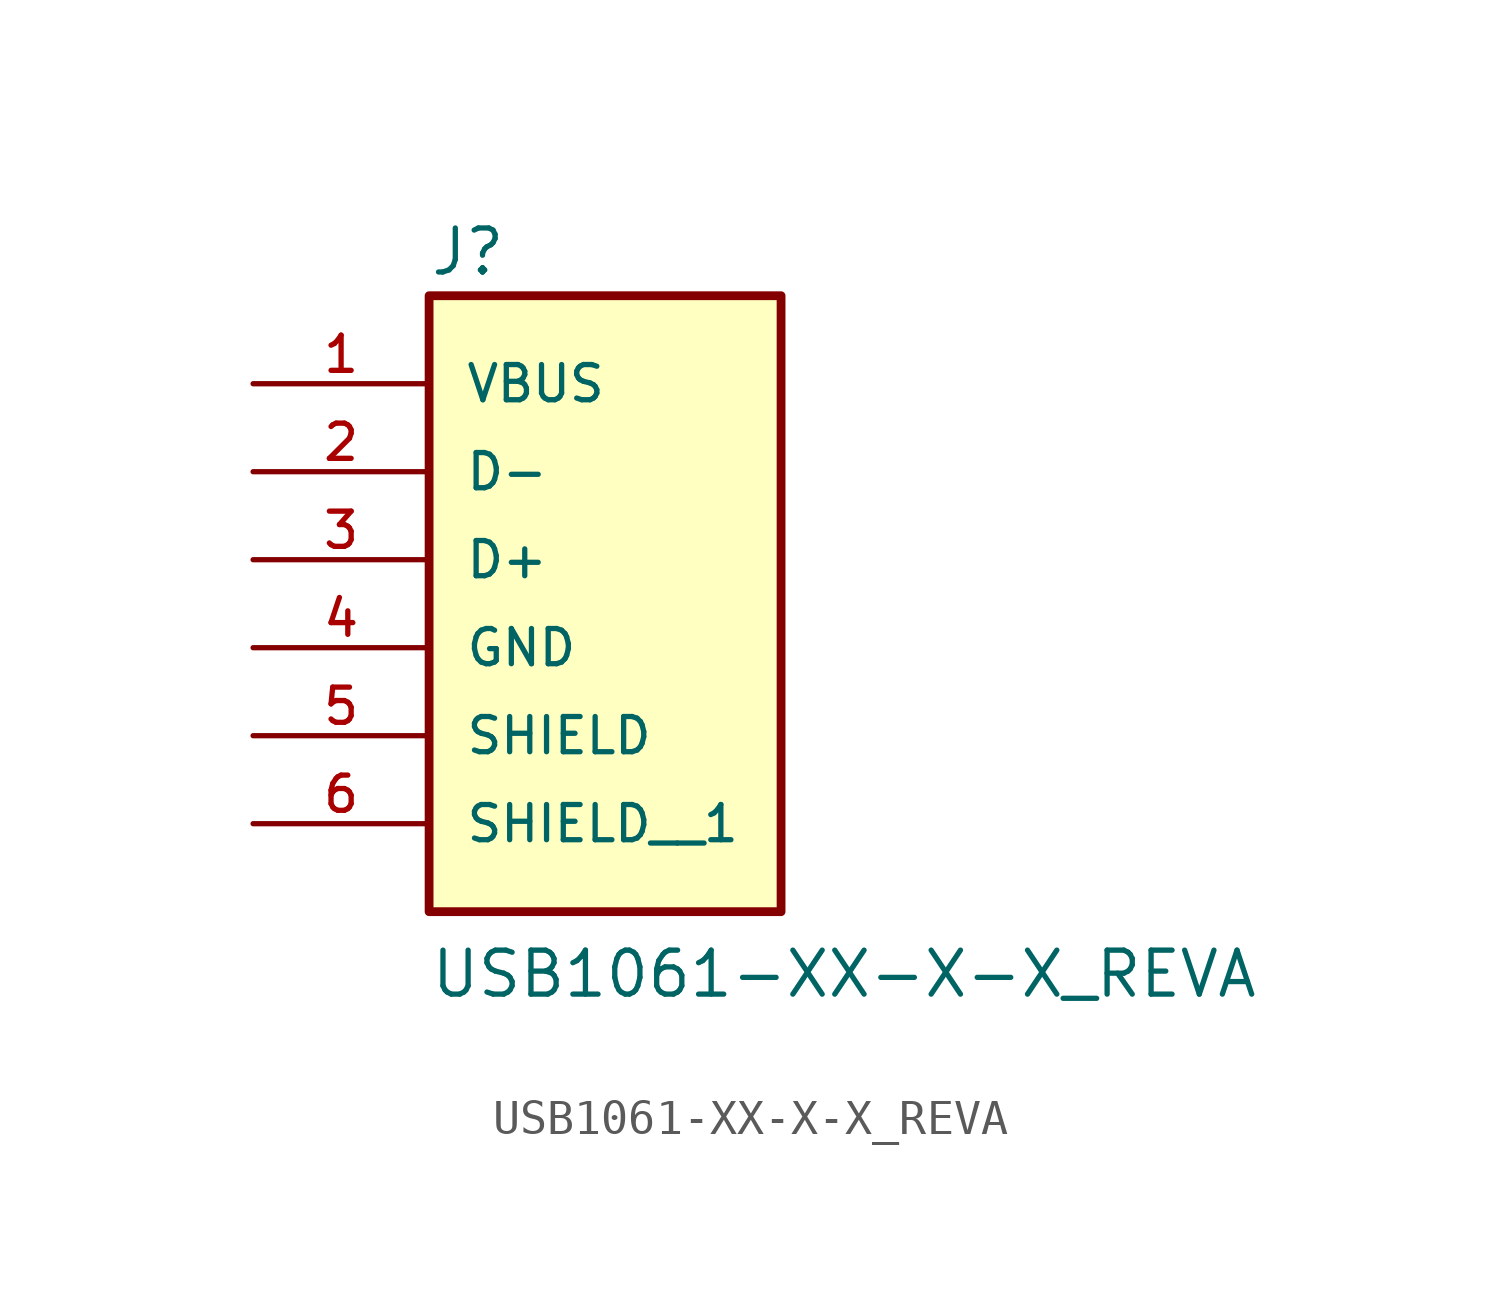
<source format=kicad_sym>
(kicad_symbol_lib
  (version 20211014)
  (generator kicad_symbol_editor)
  (symbol "USB1061-XX-X-X_REVA"
    (pin_names
      (offset 1.016))
    (property "Reference" "J"
      (at -5.089 8.142 0)
      (effects (font (size 1.27 1.27)) (justify bottom left)))
    (property "Value" "USB1061-XX-X-X_REVA"
      (at -5.082 -12.703 0)
      (effects (font (size 1.27 1.27)) (justify bottom left)))
    (symbol "USB1061-XX-X-X_REVA_0_0"
      (rectangle (start -5.08 -10.16) (end 5.08 7.62) (stroke (width 0.254)) (fill (type background)))
      (pin power_in line (at -10.16 5.08 0) (length 5.08) (name "VBUS" (effects (font (size 1.016 1.016)))) (number "1" (effects (font (size 1.016 1.016)))))
      (pin bidirectional line (at -10.16 2.54 0) (length 5.08) (name "D-" (effects (font (size 1.016 1.016)))) (number "2" (effects (font (size 1.016 1.016)))))
      (pin bidirectional line (at -10.16 0.0 0) (length 5.08) (name "D+" (effects (font (size 1.016 1.016)))) (number "3" (effects (font (size 1.016 1.016)))))
      (pin power_in line (at -10.16 -2.54 0) (length 5.08) (name "GND" (effects (font (size 1.016 1.016)))) (number "4" (effects (font (size 1.016 1.016)))))
      (pin power_in line (at -10.16 -5.08 0) (length 5.08) (name "SHIELD" (effects (font (size 1.016 1.016)))) (number "5" (effects (font (size 1.016 1.016)))))
      (pin power_in line (at -10.16 -7.62 0) (length 5.08) (name "SHIELD__1" (effects (font (size 1.016 1.016)))) (number "6" (effects (font (size 1.016 1.016))))))))
</source>
